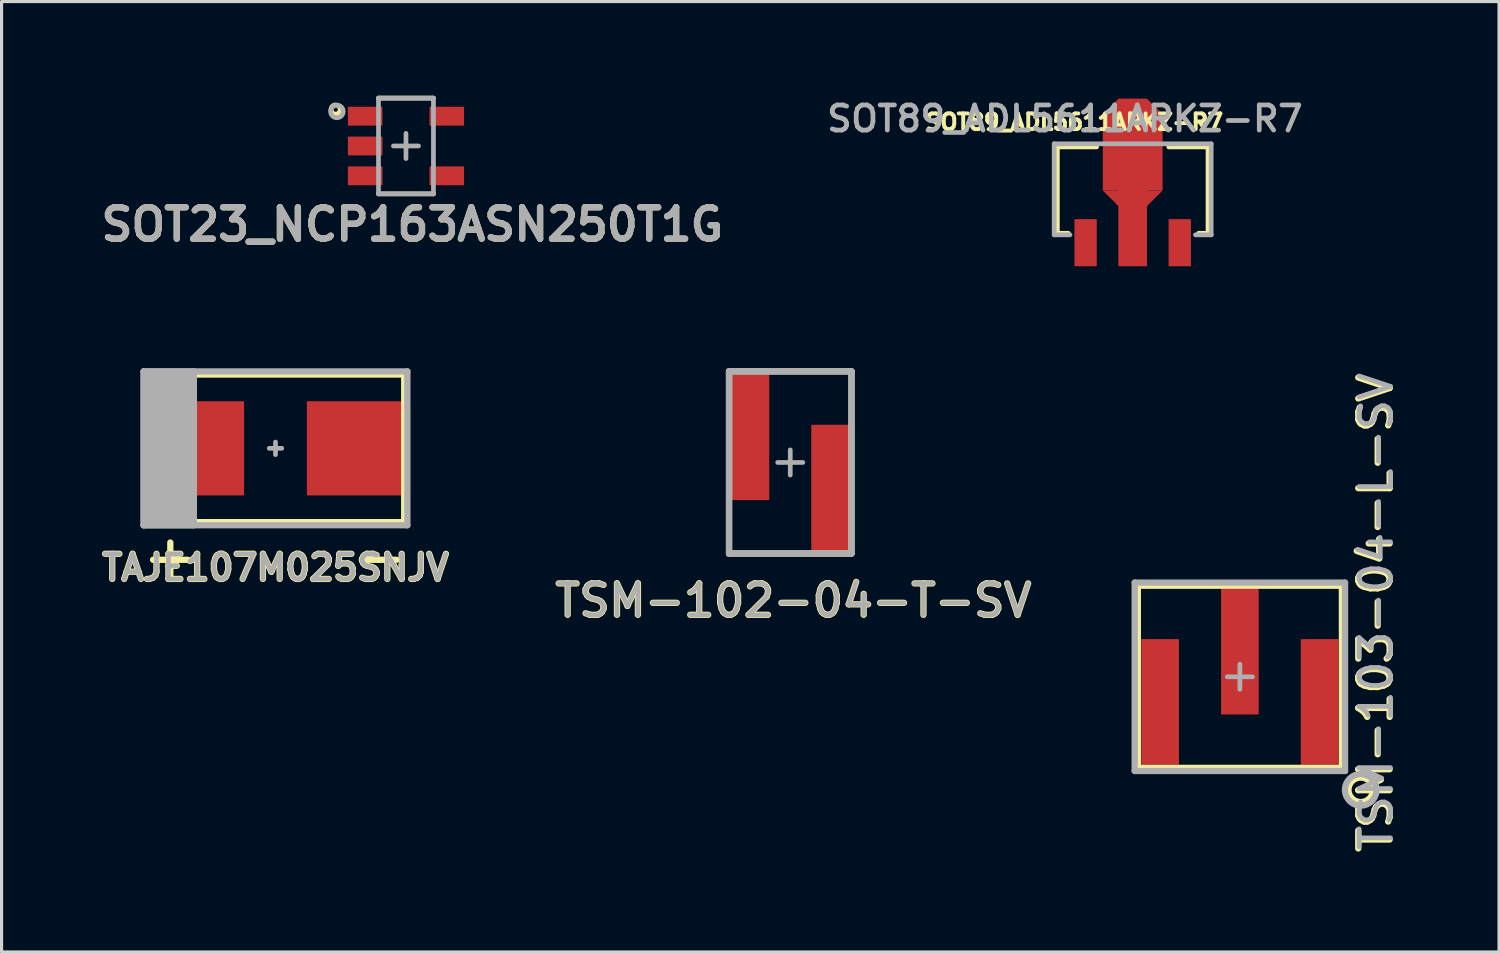
<source format=kicad_pcb>
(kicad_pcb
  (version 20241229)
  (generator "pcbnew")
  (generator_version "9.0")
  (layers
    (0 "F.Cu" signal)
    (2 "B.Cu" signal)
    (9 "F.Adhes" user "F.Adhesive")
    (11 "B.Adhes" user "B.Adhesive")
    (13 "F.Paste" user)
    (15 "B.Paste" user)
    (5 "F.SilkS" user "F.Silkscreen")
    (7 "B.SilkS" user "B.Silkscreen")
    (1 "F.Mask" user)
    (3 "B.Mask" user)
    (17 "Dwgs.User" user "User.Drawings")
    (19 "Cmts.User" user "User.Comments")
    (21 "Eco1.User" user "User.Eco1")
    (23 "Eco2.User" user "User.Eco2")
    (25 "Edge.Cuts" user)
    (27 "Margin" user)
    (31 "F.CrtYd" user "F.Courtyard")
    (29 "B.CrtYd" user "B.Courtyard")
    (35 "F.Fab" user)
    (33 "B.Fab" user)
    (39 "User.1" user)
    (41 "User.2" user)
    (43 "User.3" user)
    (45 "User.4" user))
  (footprint "TAJE107M025SNJV"
    (layer "F.Cu")
    (at 5.725 11.23)
    (property "Reference" "TAJE107M025SNJV" (at 0 3.8 0) (layer "F.SilkS") (effects (font (size 0.8 0.8) (thickness 0.2))))
    (attr smd)
    (fp_line (start -4.1 -2.35) (end 4.1 -2.35) (stroke (width 0.2) (type solid)) (layer "F.SilkS"))
    (fp_line (start -4.1 2.35) (end -4.1 -2.35) (stroke (width 0.2) (type solid)) (layer "F.SilkS"))
    (fp_line (start -3.9 3.55) (end -3.35 3.55) (stroke (width 0.2) (type solid)) (layer "F.SilkS"))
    (fp_line (start -3.35 3.55) (end -3.35 3) (stroke (width 0.2) (type solid)) (layer "F.SilkS"))
    (fp_line (start -3.35 3.55) (end -2.8 3.55) (stroke (width 0.2) (type solid)) (layer "F.SilkS"))
    (fp_line (start -3.35 4.1) (end -3.35 3.55) (stroke (width 0.2) (type solid)) (layer "F.SilkS"))
    (fp_line (start 2.75 3.55) (end 3.3 3.55) (stroke (width 0.2) (type solid)) (layer "F.SilkS"))
    (fp_line (start 3.3 3.55) (end 3.85 3.55) (stroke (width 0.2) (type solid)) (layer "F.SilkS"))
    (fp_line (start 4.1 -2.35) (end 4.1 2.35) (stroke (width 0.2) (type solid)) (layer "F.SilkS"))
    (fp_line (start 4.1 2.35) (end -4.1 2.35) (stroke (width 0.2) (type solid)) (layer "F.SilkS"))
    (fp_line (start -4.2 -2.45) (end -4.2 2.45) (stroke (width 0.2) (type solid)) (layer "F.Fab"))
    (fp_line (start -4.2 2.45) (end -4.2 -2.45) (stroke (width 0.2) (type solid)) (layer "F.Fab"))
    (fp_line (start -4.2 2.45) (end 4.2 2.45) (stroke (width 0.2) (type solid)) (layer "F.Fab"))
    (fp_line (start -4.15 -2.45) (end -2.6 -2.45) (stroke (width 0.2) (type solid)) (layer "F.Fab"))
    (fp_line (start -4 -2.25) (end -4 2.25) (stroke (width 0.4) (type solid)) (layer "F.Fab"))
    (fp_line (start -3.7 -2.25) (end -3.7 2.25) (stroke (width 0.4) (type solid)) (layer "F.Fab"))
    (fp_line (start -3.45 -2.25) (end -3.45 2.25) (stroke (width 0.4) (type solid)) (layer "F.Fab"))
    (fp_line (start -3.15 -2.25) (end -3.15 2.25) (stroke (width 0.4) (type solid)) (layer "F.Fab"))
    (fp_line (start -2.85 -2.25) (end -2.85 2.25) (stroke (width 0.4) (type solid)) (layer "F.Fab"))
    (fp_line (start -2.6 -2.45) (end -2.6 2.45) (stroke (width 0.2) (type solid)) (layer "F.Fab"))
    (fp_line (start -2.6 2.45) (end -4.2 2.45) (stroke (width 0.2) (type solid)) (layer "F.Fab"))
    (fp_line (start -0.2 0) (end 0.2 0) (stroke (width 0.15) (type solid)) (layer "F.Fab"))
    (fp_line (start 0 -0.2) (end 0 0.2) (stroke (width 0.15) (type solid)) (layer "F.Fab"))
    (fp_line (start 4.2 -2.45) (end -4.2 -2.45) (stroke (width 0.2) (type solid)) (layer "F.Fab"))
    (fp_line (start 4.2 2.45) (end 4.2 -2.45) (stroke (width 0.2) (type solid)) (layer "F.Fab"))
    (fp_text user "${REFERENCE}" (at 0 3.8 0) (layer "F.Fab") (effects (font (size 0.8 0.8) (thickness 0.15))))
    (pad "1" smd rect (at -2.5 0) (size 3 3) (layers "F.Cu" "F.Mask" "F.Paste"))
    (pad "2" smd rect (at 2.5 0) (size 3 3) (layers "F.Cu" "F.Mask" "F.Paste")))
  (footprint "SOT23_NCP163ASN250T1G"
    (layer "F.Cu")
    (at 9.881 1.6)
    (property "Reference" "SOT23_NCP163ASN250T1G" (at 0.2 2.5 0) (layer "F.SilkS") (effects (font (size 1 1) (thickness 0.2))))
    (attr through_hole)
    (fp_line (start -0.875 -1.525) (end 0.875 -1.525) (stroke (width 0.15) (type solid)) (layer "F.SilkS"))
    (fp_line (start -0.875 1.525) (end 0.875 1.525) (stroke (width 0.15) (type solid)) (layer "F.SilkS"))
    (fp_circle (center -2.24 -1.16) (end -2.133 -1.06) (stroke (width 0.152) (type solid)) (fill no) (layer "F.SilkS"))
    (fp_line (start -0.875 -1.525) (end -0.875 1.525) (stroke (width 0.15) (type solid)) (layer "F.Fab"))
    (fp_line (start -0.875 -1.525) (end 0.875 -1.525) (stroke (width 0.15) (type solid)) (layer "F.Fab"))
    (fp_line (start -0.875 1.525) (end 0.875 1.525) (stroke (width 0.15) (type solid)) (layer "F.Fab"))
    (fp_line (start -0.4 0) (end 0.4 0) (stroke (width 0.15) (type solid)) (layer "F.Fab"))
    (fp_line (start 0 -0.4) (end 0 0.4) (stroke (width 0.15) (type solid)) (layer "F.Fab"))
    (fp_line (start 0.875 -1.525) (end 0.875 1.525) (stroke (width 0.15) (type solid)) (layer "F.Fab"))
    (fp_circle (center -2.2 -1.1) (end -2 -1.1) (stroke (width 0.15) (type solid)) (fill no) (layer "F.Fab"))
    (fp_text user "${REFERENCE}" (at 0.2 2.5 0) (layer "F.Fab") (effects (font (size 1 1) (thickness 0.2))))
    (pad "1" smd rect (at -1.3 -0.95) (size 1.1 0.6) (layers "F.Cu" "F.Mask" "F.Paste"))
    (pad "2" smd rect (at -1.3 0) (size 1.1 0.6) (layers "F.Cu" "F.Mask" "F.Paste"))
    (pad "3" smd rect (at -1.3 0.95) (size 1.1 0.6) (layers "F.Cu" "F.Mask" "F.Paste"))
    (pad "4" smd rect (at 1.3 0.95) (size 1.1 0.6) (layers "F.Cu" "F.Mask" "F.Paste"))
    (pad "5" smd rect (at 1.3 -0.95) (size 1.1 0.6) (layers "F.Cu" "F.Mask" "F.Paste")))
  (footprint "SOT89_ADL5611ARKZ-R7"
    (layer "F.Cu")
    (at 33.028 5.43)
    (property "Reference" "SOT89_ADL5611ARKZ-R7" (at -1.862 -4.593 0) (layer "F.SilkS") (effects (font (size 0.5 0.5) (thickness 0.125))))
    (attr through_hole)
    (fp_line (start -2.4 -3.8) (end -1.15 -3.8) (stroke (width 0.15) (type solid)) (layer "F.SilkS"))
    (fp_line (start -2.4 -1.05) (end -2.4 -3.8) (stroke (width 0.15) (type solid)) (layer "F.SilkS"))
    (fp_line (start -2.05 -1.05) (end -2.4 -1.05) (stroke (width 0.15) (type solid)) (layer "F.SilkS"))
    (fp_line (start 2.1 -1.05) (end 2.4 -1.05) (stroke (width 0.15) (type solid)) (layer "F.SilkS"))
    (fp_line (start 2.4 -3.8) (end 1.15 -3.8) (stroke (width 0.15) (type solid)) (layer "F.SilkS"))
    (fp_line (start 2.4 -1.05) (end 2.4 -3.8) (stroke (width 0.15) (type solid)) (layer "F.SilkS"))
    (fp_line (start -2.5 -3.9) (end 2.5 -3.9) (stroke (width 0.15) (type solid)) (layer "F.Fab"))
    (fp_line (start -2.5 -1) (end -2.5 -3.9) (stroke (width 0.15) (type solid)) (layer "F.Fab"))
    (fp_line (start -2 -1) (end -2.5 -1) (stroke (width 0.15) (type solid)) (layer "F.Fab"))
    (fp_line (start 2.5 -3.9) (end 2.5 -1) (stroke (width 0.15) (type solid)) (layer "F.Fab"))
    (fp_line (start 2.5 -1) (end 2 -1) (stroke (width 0.15) (type solid)) (layer "F.Fab"))
    (fp_text user "${REFERENCE}" (at -2.159 -4.699 0) (layer "F.Fab") (effects (font (size 0.8 0.8) (thickness 0.15))))
    (pad "1" smd rect (at -1.499 -0.749) (size 0.711 1.499) (layers "F.Cu" "F.Mask" "F.Paste"))
    (pad "2" smd trapezoid (at 0 -5.086) (size 1.41 0.495) (rect_delta 0 0.495) (layers "F.Cu" "F.Mask" "F.Paste"))
    (pad "2" smd rect (at 0 -2.667) (size 0.914 5.334) (layers "F.Cu" "F.Mask" "F.Paste"))
    (pad "2" smd trapezoid (at 0 -2.165 180) (size 1.41 0.495) (rect_delta 0 0.495) (layers "F.Cu" "F.Mask" "F.Paste"))
    (pad "3" smd rect (at 1.499 -0.749) (size 0.711 1.499) (layers "F.Cu" "F.Mask" "F.Paste"))
    (pad "4" smd rect (at 0 -3.626) (size 1.905 2.426) (layers "F.Cu" "F.Mask" "F.Paste")))
  (footprint "TSM-103-04-L-SV"
    (layer "F.Cu")
    (at 36.442 18.507)
    (property "Reference" "TSM-103-04-L-SV" (at 4.318 -2.032 90) (layer "F.SilkS") (effects (font (size 1 1) (thickness 0.2))))
    (attr smd)
    (fp_line (start -3.25 -2.9) (end -3.25 2.9) (stroke (width 0.2) (type solid)) (layer "F.SilkS"))
    (fp_line (start -3.25 -2.9) (end 3.25 -2.9) (stroke (width 0.2) (type solid)) (layer "F.SilkS"))
    (fp_line (start 3.25 -2.9) (end 3.25 2.9) (stroke (width 0.2) (type solid)) (layer "F.SilkS"))
    (fp_line (start 3.25 2.9) (end -3.25 2.9) (stroke (width 0.2) (type solid)) (layer "F.SilkS"))
    (fp_circle (center 3.85 3.6) (end 4.15 3.85) (stroke (width 0.2) (type solid)) (fill no) (layer "F.SilkS"))
    (fp_line (start -3.35 3) (end -3.35 -3) (stroke (width 0.2) (type solid)) (layer "F.Fab"))
    (fp_line (start -3.35 3) (end 3.35 3) (stroke (width 0.2) (type solid)) (layer "F.Fab"))
    (fp_line (start -0.4 0) (end 0.4 0) (stroke (width 0.15) (type solid)) (layer "F.Fab"))
    (fp_line (start 0 -0.4) (end 0 0.4) (stroke (width 0.15) (type solid)) (layer "F.Fab"))
    (fp_line (start 3.35 -3) (end -3.35 -3) (stroke (width 0.2) (type solid)) (layer "F.Fab"))
    (fp_line (start 3.35 -3) (end 3.35 3) (stroke (width 0.2) (type solid)) (layer "F.Fab"))
    (fp_circle (center 3.85 3.6) (end 4.35 3.55) (stroke (width 0.2) (type solid)) (fill no) (layer "F.Fab"))
    (fp_text user "${REFERENCE}" (at 4.343 -2.083 90) (layer "F.Fab") (effects (font (size 1 1) (thickness 0.15))))
    (pad "1" smd rect (at 2.54 0.8) (size 1.2 4) (layers "F.Cu" "F.Mask" "F.Paste"))
    (pad "2" smd rect (at 0 -0.8) (size 1.2 4) (layers "F.Cu" "F.Mask" "F.Paste"))
    (pad "3" smd rect (at -2.54 0.8) (size 1.2 4) (layers "F.Cu" "F.Mask" "F.Paste")))
  (footprint "TSM-102-04-T-SV"
    (layer "F.Cu")
    (at 22.121 11.68)
    (property "Reference" "TSM-102-04-T-SV" (at 0.1 4.4 0) (layer "F.SilkS") (effects (font (size 1 1) (thickness 0.2))))
    (attr smd)
    (fp_line (start -1.95 -2.9) (end -1.95 2.9) (stroke (width 0.2) (type solid)) (layer "F.SilkS"))
    (fp_line (start -1.95 -2.9) (end 1.95 -2.9) (stroke (width 0.2) (type solid)) (layer "F.SilkS"))
    (fp_line (start -1.95 2.9) (end 1.95 2.9) (stroke (width 0.2) (type solid)) (layer "F.SilkS"))
    (fp_line (start 1.95 -2.9) (end 1.95 2.9) (stroke (width 0.2) (type solid)) (layer "F.SilkS"))
    (fp_line (start -1.95 -2.9) (end 1.95 -2.9) (stroke (width 0.2) (type solid)) (layer "F.Fab"))
    (fp_line (start -1.95 2.9) (end -1.95 -2.9) (stroke (width 0.2) (type solid)) (layer "F.Fab"))
    (fp_line (start -1.95 2.9) (end 1.95 2.9) (stroke (width 0.2) (type solid)) (layer "F.Fab"))
    (fp_line (start -0.4 0) (end 0.4 0) (stroke (width 0.15) (type solid)) (layer "F.Fab"))
    (fp_line (start 0 -0.4) (end 0 0.4) (stroke (width 0.15) (type solid)) (layer "F.Fab"))
    (fp_line (start 1.95 2.9) (end 1.95 -2.9) (stroke (width 0.2) (type solid)) (layer "F.Fab"))
    (fp_text user "${REFERENCE}" (at 0.1 4.4 0) (layer "F.Fab") (effects (font (size 1 1) (thickness 0.15))))
    (pad "1" smd rect (at -1.27 -0.8) (size 1.2 4) (layers "F.Cu" "F.Mask" "F.Paste"))
    (pad "2" smd rect (at 1.27 0.8) (size 1.2 4) (layers "F.Cu" "F.Mask" "F.Paste")))
  (gr_rect
    (start -3 -3)
    (end 44.696 27.271)
    (stroke (width 0.1) (type default))
    (fill no)
    (layer "Edge.Cuts")))
</source>
